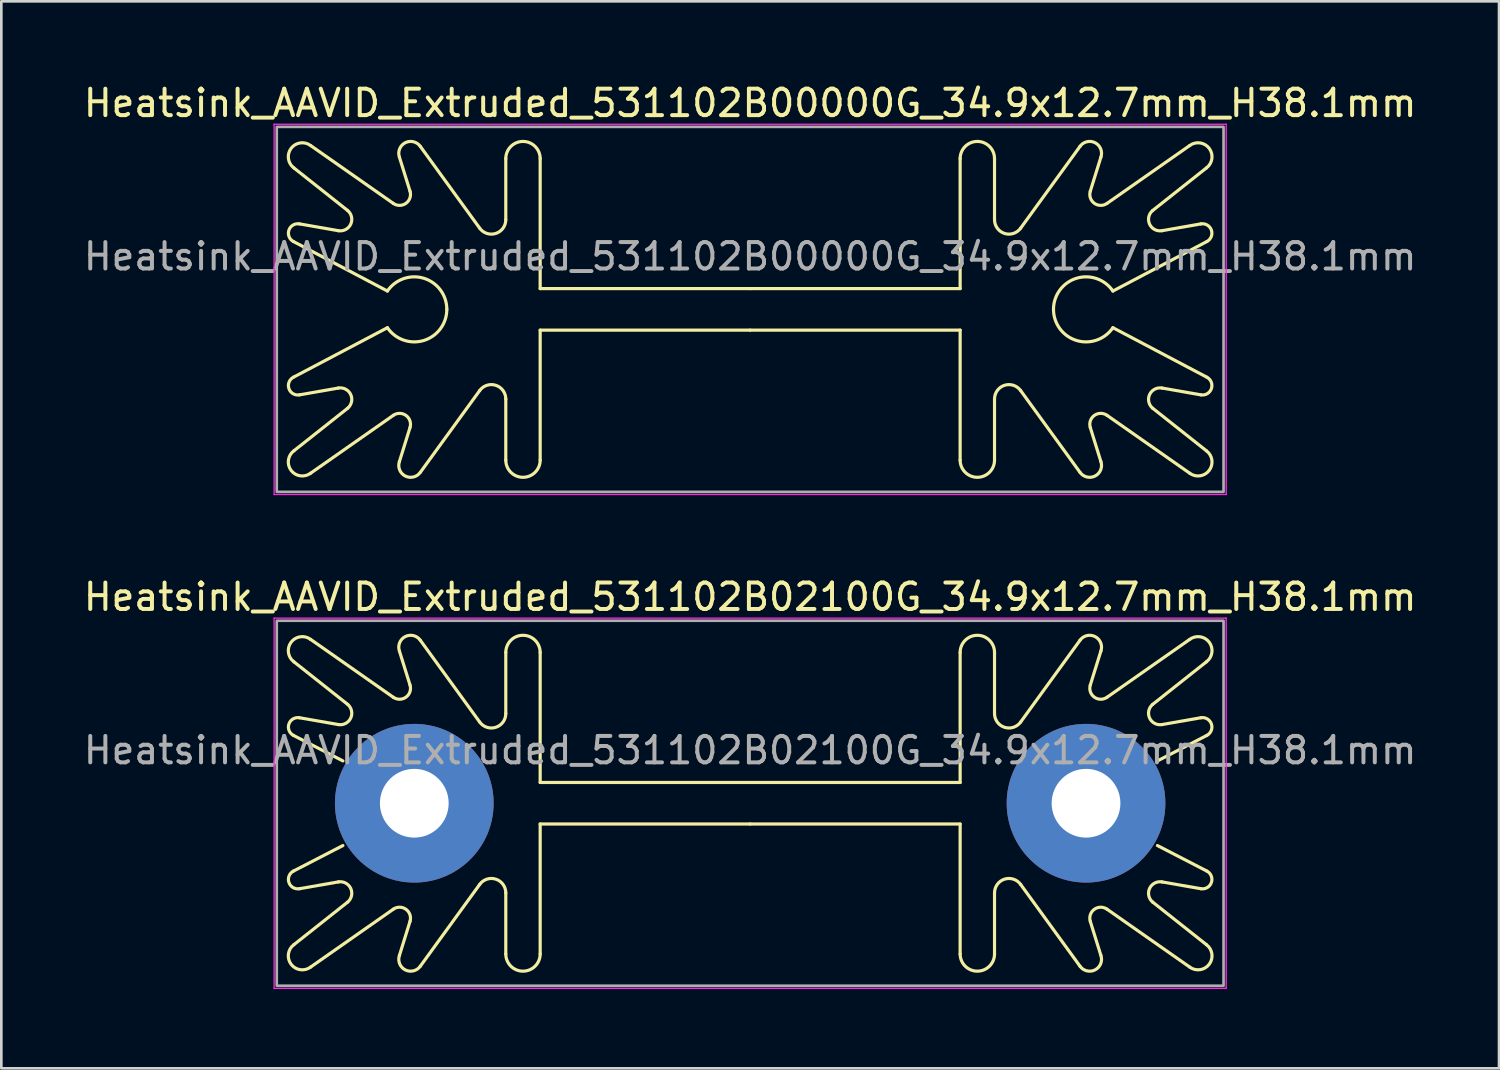
<source format=kicad_pcb>
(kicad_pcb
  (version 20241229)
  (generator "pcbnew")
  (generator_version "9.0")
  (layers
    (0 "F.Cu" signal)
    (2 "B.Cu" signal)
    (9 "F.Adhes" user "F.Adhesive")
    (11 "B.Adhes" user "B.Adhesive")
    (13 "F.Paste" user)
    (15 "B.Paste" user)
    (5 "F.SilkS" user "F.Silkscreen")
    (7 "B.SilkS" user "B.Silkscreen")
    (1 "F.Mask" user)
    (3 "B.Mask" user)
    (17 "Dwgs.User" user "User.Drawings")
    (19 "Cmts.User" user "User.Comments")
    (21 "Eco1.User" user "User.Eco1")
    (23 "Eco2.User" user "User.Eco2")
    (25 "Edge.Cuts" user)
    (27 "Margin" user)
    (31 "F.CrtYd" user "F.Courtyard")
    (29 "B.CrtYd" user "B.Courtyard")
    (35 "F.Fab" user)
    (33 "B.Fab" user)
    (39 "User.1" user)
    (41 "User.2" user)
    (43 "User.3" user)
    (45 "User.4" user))
  (footprint "Heatsink_AAVID_Extruded_531102B00000G_34.9x12.7mm_H38.1mm"
    (layer "F.Cu")
    (at 25.315 8.648)
    (property "Reference" "Heatsink_AAVID_Extruded_531102B00000G_34.9x12.7mm_H38.1mm" (at 0 -7.8 0) (layer "F.SilkS") (effects (font (size 1 1) (thickness 0.15))))
    (fp_line (start -17.251 -5.347) (end -15.22 -3.738) (stroke (width 0.12) (type default)) (layer "F.SilkS"))
    (fp_line (start -17.251 5.347) (end -15.22 3.738) (stroke (width 0.12) (type default)) (layer "F.SilkS"))
    (fp_line (start -17.041 -3.232) (end -15.573 -2.975) (stroke (width 0.12) (type default)) (layer "F.SilkS"))
    (fp_line (start -17.041 3.232) (end -15.573 2.975) (stroke (width 0.12) (type default)) (layer "F.SilkS"))
    (fp_line (start -16.62 -6.195) (end -13.494 -4.007) (stroke (width 0.12) (type default)) (layer "F.SilkS"))
    (fp_line (start -16.62 6.195) (end -13.494 4.007) (stroke (width 0.12) (type default)) (layer "F.SilkS"))
    (fp_line (start -13.716 -0.693) (end -17.269 -2.565) (stroke (width 0.12) (type default)) (layer "F.SilkS"))
    (fp_line (start -13.716 0.693) (end -17.269 2.565) (stroke (width 0.12) (type default)) (layer "F.SilkS"))
    (fp_line (start -13.262 -5.755) (end -12.861 -4.467) (stroke (width 0.12) (type default)) (layer "F.SilkS"))
    (fp_line (start -13.262 5.755) (end -12.861 4.467) (stroke (width 0.12) (type default)) (layer "F.SilkS"))
    (fp_line (start -12.474 -6.165) (end -10.227 -3.07) (stroke (width 0.12) (type default)) (layer "F.SilkS"))
    (fp_line (start -12.474 6.165) (end -10.227 3.07) (stroke (width 0.12) (type default)) (layer "F.SilkS"))
    (fp_line (start -9.24 -3.39) (end -9.24 -5.7) (stroke (width 0.12) (type default)) (layer "F.SilkS"))
    (fp_line (start -9.24 3.39) (end -9.24 5.7) (stroke (width 0.12) (type default)) (layer "F.SilkS"))
    (fp_line (start -7.94 -5.7) (end -7.94 -0.785) (stroke (width 0.12) (type default)) (layer "F.SilkS"))
    (fp_line (start -7.94 -0.785) (end 0 -0.785) (stroke (width 0.12) (type default)) (layer "F.SilkS"))
    (fp_line (start -7.94 0.785) (end 0 0.785) (stroke (width 0.12) (type default)) (layer "F.SilkS"))
    (fp_line (start -7.94 5.7) (end -7.94 0.785) (stroke (width 0.12) (type default)) (layer "F.SilkS"))
    (fp_line (start 7.94 -5.7) (end 7.94 -0.785) (stroke (width 0.12) (type default)) (layer "F.SilkS"))
    (fp_line (start 7.94 -0.785) (end 0 -0.785) (stroke (width 0.12) (type default)) (layer "F.SilkS"))
    (fp_line (start 7.94 0.785) (end 0 0.785) (stroke (width 0.12) (type default)) (layer "F.SilkS"))
    (fp_line (start 7.94 5.7) (end 7.94 0.785) (stroke (width 0.12) (type default)) (layer "F.SilkS"))
    (fp_line (start 9.24 -3.39) (end 9.24 -5.7) (stroke (width 0.12) (type default)) (layer "F.SilkS"))
    (fp_line (start 9.24 3.39) (end 9.24 5.7) (stroke (width 0.12) (type default)) (layer "F.SilkS"))
    (fp_line (start 12.474 -6.165) (end 10.227 -3.07) (stroke (width 0.12) (type default)) (layer "F.SilkS"))
    (fp_line (start 12.474 6.165) (end 10.227 3.07) (stroke (width 0.12) (type default)) (layer "F.SilkS"))
    (fp_line (start 13.262 -5.755) (end 12.861 -4.467) (stroke (width 0.12) (type default)) (layer "F.SilkS"))
    (fp_line (start 13.262 5.755) (end 12.861 4.467) (stroke (width 0.12) (type default)) (layer "F.SilkS"))
    (fp_line (start 13.716 -0.693) (end 17.269 -2.565) (stroke (width 0.12) (type default)) (layer "F.SilkS"))
    (fp_line (start 13.716 0.693) (end 17.269 2.565) (stroke (width 0.12) (type default)) (layer "F.SilkS"))
    (fp_line (start 16.62 -6.195) (end 13.494 -4.007) (stroke (width 0.12) (type default)) (layer "F.SilkS"))
    (fp_line (start 16.62 6.195) (end 13.494 4.007) (stroke (width 0.12) (type default)) (layer "F.SilkS"))
    (fp_line (start 17.041 -3.232) (end 15.573 -2.975) (stroke (width 0.12) (type default)) (layer "F.SilkS"))
    (fp_line (start 17.041 3.232) (end 15.573 2.975) (stroke (width 0.12) (type default)) (layer "F.SilkS"))
    (fp_line (start 17.251 -5.347) (end 15.22 -3.738) (stroke (width 0.12) (type default)) (layer "F.SilkS"))
    (fp_line (start 17.251 5.347) (end 15.22 3.738) (stroke (width 0.12) (type default)) (layer "F.SilkS"))
    (fp_arc (start -17.269214 -2.565036) (mid -17.440597 -2.996056) (end -17.041391 -3.232244) (stroke (width 0.12) (type default)) (layer "F.SilkS"))
    (fp_arc (start -17.251322 -5.347047) (mid -17.35513 -6.083544) (end -16.619722 -6.194806) (stroke (width 0.12) (type default)) (layer "F.SilkS"))
    (fp_arc (start -17.041391 3.232244) (mid -17.440597 2.996056) (end -17.269214 2.565036) (stroke (width 0.12) (type default)) (layer "F.SilkS"))
    (fp_arc (start -16.619722 6.194806) (mid -17.35513 6.083544) (end -17.251322 5.347047) (stroke (width 0.12) (type default)) (layer "F.SilkS"))
    (fp_arc (start -15.573285 2.975325) (mid -15.103475 3.221267) (end -15.220495 3.738486) (stroke (width 0.12) (type default)) (layer "F.SilkS"))
    (fp_arc (start -15.220495 -3.738486) (mid -15.103476 -3.221268) (end -15.573285 -2.975325) (stroke (width 0.12) (type default)) (layer "F.SilkS"))
    (fp_arc (start -13.716008 -0.693273) (mid -12.337226 -1.175286) (end -11.470001 0) (stroke (width 0.12) (type default)) (layer "F.SilkS"))
    (fp_arc (start -13.494196 4.006938) (mid -13.013649 4.011159) (end -12.86112 4.466876) (stroke (width 0.12) (type default)) (layer "F.SilkS"))
    (fp_arc (start -13.262222 -5.754806) (mid -13.044559 -6.299541) (end -12.473631 -6.164803) (stroke (width 0.12) (type default)) (layer "F.SilkS"))
    (fp_arc (start -12.86112 -4.466876) (mid -13.013649 -4.011159) (end -13.494196 -4.006938) (stroke (width 0.12) (type default)) (layer "F.SilkS"))
    (fp_arc (start -12.473631 6.164803) (mid -13.044559 6.299541) (end -13.262222 5.754806) (stroke (width 0.12) (type default)) (layer "F.SilkS"))
    (fp_arc (start -11.470001 0) (mid -12.337226 1.175286) (end -13.716008 0.693273) (stroke (width 0.12) (type default)) (layer "F.SilkS"))
    (fp_arc (start -10.227108 3.069551) (mid -9.617107 2.871094) (end -9.24 3.390015) (stroke (width 0.12) (type default)) (layer "F.SilkS"))
    (fp_arc (start -9.24 -5.700005) (mid -8.589998 -6.34999) (end -7.94 -5.7) (stroke (width 0.12) (type default)) (layer "F.SilkS"))
    (fp_arc (start -9.24 -3.390015) (mid -9.617106 -2.871091) (end -10.227108 -3.069551) (stroke (width 0.12) (type default)) (layer "F.SilkS"))
    (fp_arc (start -7.94 5.7) (mid -8.589998 6.34999) (end -9.24 5.700005) (stroke (width 0.12) (type default)) (layer "F.SilkS"))
    (fp_arc (start 7.94 -5.7) (mid 8.589997 -6.35) (end 9.24 -5.700005) (stroke (width 0.12) (type default)) (layer "F.SilkS"))
    (fp_arc (start 9.24 3.390015) (mid 9.617118 2.871065) (end 10.227108 3.069551) (stroke (width 0.12) (type default)) (layer "F.SilkS"))
    (fp_arc (start 9.24 5.700005) (mid 8.589998 6.35) (end 7.94 5.7) (stroke (width 0.12) (type default)) (layer "F.SilkS"))
    (fp_arc (start 10.227108 -3.069551) (mid 9.617136 -2.87112) (end 9.24 -3.390015) (stroke (width 0.12) (type default)) (layer "F.SilkS"))
    (fp_arc (start 11.470001 0) (mid 12.337226 -1.175284) (end 13.716008 -0.693273) (stroke (width 0.12) (type default)) (layer "F.SilkS"))
    (fp_arc (start 12.473631 -6.164803) (mid 13.044573 -6.29957) (end 13.262222 -5.754806) (stroke (width 0.12) (type default)) (layer "F.SilkS"))
    (fp_arc (start 12.86112 4.466876) (mid 13.013648 4.011156) (end 13.494196 4.006938) (stroke (width 0.12) (type default)) (layer "F.SilkS"))
    (fp_arc (start 13.262222 5.754806) (mid 13.044557 6.299538) (end 12.473631 6.164803) (stroke (width 0.12) (type default)) (layer "F.SilkS"))
    (fp_arc (start 13.494196 -4.006938) (mid 13.013654 -4.011181) (end 12.86112 -4.466876) (stroke (width 0.12) (type default)) (layer "F.SilkS"))
    (fp_arc (start 13.716008 0.693273) (mid 12.337226 1.175285) (end 11.470001 0) (stroke (width 0.12) (type default)) (layer "F.SilkS"))
    (fp_arc (start 15.220495 3.738486) (mid 15.103486 3.221284) (end 15.573285 2.975325) (stroke (width 0.12) (type default)) (layer "F.SilkS"))
    (fp_arc (start 15.573285 -2.975325) (mid 15.103462 -3.221272) (end 15.220495 -3.738486) (stroke (width 0.12) (type default)) (layer "F.SilkS"))
    (fp_arc (start 16.619722 -6.194806) (mid 17.355106 -6.08352) (end 17.251322 -5.347047) (stroke (width 0.12) (type default)) (layer "F.SilkS"))
    (fp_arc (start 17.041391 -3.232244) (mid 17.440636 -2.99603) (end 17.269214 -2.565036) (stroke (width 0.12) (type default)) (layer "F.SilkS"))
    (fp_arc (start 17.251322 5.347047) (mid 17.355097 6.083513) (end 16.619722 6.194806) (stroke (width 0.12) (type default)) (layer "F.SilkS"))
    (fp_arc (start 17.269214 2.565036) (mid 17.440597 2.996059) (end 17.041391 3.232244) (stroke (width 0.12) (type default)) (layer "F.SilkS"))
    (fp_line (start -18 -7) (end -18 7) (stroke (width 0.05) (type solid)) (layer "F.CrtYd"))
    (fp_line (start -18 -7) (end 18 -7) (stroke (width 0.05) (type solid)) (layer "F.CrtYd"))
    (fp_line (start 18 7) (end -18 7) (stroke (width 0.05) (type solid)) (layer "F.CrtYd"))
    (fp_line (start 18 7) (end 18 -7) (stroke (width 0.05) (type solid)) (layer "F.CrtYd"))
    (fp_rect (start -17.9 -6.9) (end 17.9 6.9) (stroke (width 0.1) (type default)) (fill no) (layer "F.Fab"))
    (fp_text user "${REFERENCE}" (at 0 -2 0) (layer "F.Fab") (effects (font (size 1 1) (thickness 0.15)))))
  (footprint "Heatsink_AAVID_Extruded_531102B02100G_34.9x12.7mm_H38.1mm"
    (layer "F.Cu")
    (at 25.315 27.322)
    (property "Reference" "Heatsink_AAVID_Extruded_531102B02100G_34.9x12.7mm_H38.1mm" (at 0 -7.8 0) (layer "F.SilkS") (effects (font (size 1 1) (thickness 0.15))))
    (attr through_hole)
    (fp_line (start -17.251 -5.347) (end -15.22 -3.738) (stroke (width 0.12) (type default)) (layer "F.SilkS"))
    (fp_line (start -17.251 5.347) (end -15.22 3.738) (stroke (width 0.12) (type default)) (layer "F.SilkS"))
    (fp_line (start -17.041 -3.232) (end -15.573 -2.975) (stroke (width 0.12) (type default)) (layer "F.SilkS"))
    (fp_line (start -17.041 3.232) (end -15.573 2.975) (stroke (width 0.12) (type default)) (layer "F.SilkS"))
    (fp_line (start -16.62 -6.195) (end -13.494 -4.007) (stroke (width 0.12) (type default)) (layer "F.SilkS"))
    (fp_line (start -16.62 6.195) (end -13.494 4.007) (stroke (width 0.12) (type default)) (layer "F.SilkS"))
    (fp_line (start -15.4 -1.6) (end -17.269 -2.565) (stroke (width 0.12) (type default)) (layer "F.SilkS"))
    (fp_line (start -15.4 1.6) (end -17.269 2.565) (stroke (width 0.12) (type default)) (layer "F.SilkS"))
    (fp_line (start -13.262 -5.755) (end -12.861 -4.467) (stroke (width 0.12) (type default)) (layer "F.SilkS"))
    (fp_line (start -13.262 5.755) (end -12.861 4.467) (stroke (width 0.12) (type default)) (layer "F.SilkS"))
    (fp_line (start -12.474 -6.165) (end -10.227 -3.07) (stroke (width 0.12) (type default)) (layer "F.SilkS"))
    (fp_line (start -12.474 6.165) (end -10.227 3.07) (stroke (width 0.12) (type default)) (layer "F.SilkS"))
    (fp_line (start -9.24 -3.39) (end -9.24 -5.7) (stroke (width 0.12) (type default)) (layer "F.SilkS"))
    (fp_line (start -9.24 3.39) (end -9.24 5.7) (stroke (width 0.12) (type default)) (layer "F.SilkS"))
    (fp_line (start -7.94 -5.7) (end -7.94 -0.785) (stroke (width 0.12) (type default)) (layer "F.SilkS"))
    (fp_line (start -7.94 -0.785) (end 0 -0.785) (stroke (width 0.12) (type default)) (layer "F.SilkS"))
    (fp_line (start -7.94 0.785) (end 0 0.785) (stroke (width 0.12) (type default)) (layer "F.SilkS"))
    (fp_line (start -7.94 5.7) (end -7.94 0.785) (stroke (width 0.12) (type default)) (layer "F.SilkS"))
    (fp_line (start 7.94 -5.7) (end 7.94 -0.785) (stroke (width 0.12) (type default)) (layer "F.SilkS"))
    (fp_line (start 7.94 -0.785) (end 0 -0.785) (stroke (width 0.12) (type default)) (layer "F.SilkS"))
    (fp_line (start 7.94 0.785) (end 0 0.785) (stroke (width 0.12) (type default)) (layer "F.SilkS"))
    (fp_line (start 7.94 5.7) (end 7.94 0.785) (stroke (width 0.12) (type default)) (layer "F.SilkS"))
    (fp_line (start 9.24 -3.39) (end 9.24 -5.7) (stroke (width 0.12) (type default)) (layer "F.SilkS"))
    (fp_line (start 9.24 3.39) (end 9.24 5.7) (stroke (width 0.12) (type default)) (layer "F.SilkS"))
    (fp_line (start 12.474 -6.165) (end 10.227 -3.07) (stroke (width 0.12) (type default)) (layer "F.SilkS"))
    (fp_line (start 12.474 6.165) (end 10.227 3.07) (stroke (width 0.12) (type default)) (layer "F.SilkS"))
    (fp_line (start 13.262 -5.755) (end 12.861 -4.467) (stroke (width 0.12) (type default)) (layer "F.SilkS"))
    (fp_line (start 13.262 5.755) (end 12.861 4.467) (stroke (width 0.12) (type default)) (layer "F.SilkS"))
    (fp_line (start 15.4 -1.6) (end 17.269 -2.565) (stroke (width 0.12) (type default)) (layer "F.SilkS"))
    (fp_line (start 15.4 1.6) (end 17.269 2.565) (stroke (width 0.12) (type default)) (layer "F.SilkS"))
    (fp_line (start 16.62 -6.195) (end 13.494 -4.007) (stroke (width 0.12) (type default)) (layer "F.SilkS"))
    (fp_line (start 16.62 6.195) (end 13.494 4.007) (stroke (width 0.12) (type default)) (layer "F.SilkS"))
    (fp_line (start 17.041 -3.232) (end 15.573 -2.975) (stroke (width 0.12) (type default)) (layer "F.SilkS"))
    (fp_line (start 17.041 3.232) (end 15.573 2.975) (stroke (width 0.12) (type default)) (layer "F.SilkS"))
    (fp_line (start 17.251 -5.347) (end 15.22 -3.738) (stroke (width 0.12) (type default)) (layer "F.SilkS"))
    (fp_line (start 17.251 5.347) (end 15.22 3.738) (stroke (width 0.12) (type default)) (layer "F.SilkS"))
    (fp_arc (start -17.269214 -2.565036) (mid -17.440597 -2.996056) (end -17.041391 -3.232244) (stroke (width 0.12) (type default)) (layer "F.SilkS"))
    (fp_arc (start -17.251322 -5.347047) (mid -17.35513 -6.083544) (end -16.619722 -6.194806) (stroke (width 0.12) (type default)) (layer "F.SilkS"))
    (fp_arc (start -17.041391 3.232244) (mid -17.440597 2.996056) (end -17.269214 2.565036) (stroke (width 0.12) (type default)) (layer "F.SilkS"))
    (fp_arc (start -16.619722 6.194806) (mid -17.35513 6.083544) (end -17.251322 5.347047) (stroke (width 0.12) (type default)) (layer "F.SilkS"))
    (fp_arc (start -15.573285 2.975325) (mid -15.103475 3.221267) (end -15.220495 3.738486) (stroke (width 0.12) (type default)) (layer "F.SilkS"))
    (fp_arc (start -15.220495 -3.738486) (mid -15.103476 -3.221268) (end -15.573285 -2.975325) (stroke (width 0.12) (type default)) (layer "F.SilkS"))
    (fp_arc (start -13.494196 4.006938) (mid -13.013649 4.011159) (end -12.86112 4.466876) (stroke (width 0.12) (type default)) (layer "F.SilkS"))
    (fp_arc (start -13.262222 -5.754806) (mid -13.044559 -6.299541) (end -12.473631 -6.164803) (stroke (width 0.12) (type default)) (layer "F.SilkS"))
    (fp_arc (start -12.86112 -4.466876) (mid -13.013649 -4.011159) (end -13.494196 -4.006938) (stroke (width 0.12) (type default)) (layer "F.SilkS"))
    (fp_arc (start -12.473631 6.164803) (mid -13.044559 6.299541) (end -13.262222 5.754806) (stroke (width 0.12) (type default)) (layer "F.SilkS"))
    (fp_arc (start -10.227108 3.069551) (mid -9.617107 2.871094) (end -9.24 3.390015) (stroke (width 0.12) (type default)) (layer "F.SilkS"))
    (fp_arc (start -9.24 -5.700005) (mid -8.589998 -6.34999) (end -7.94 -5.7) (stroke (width 0.12) (type default)) (layer "F.SilkS"))
    (fp_arc (start -9.24 -3.390015) (mid -9.617106 -2.871091) (end -10.227108 -3.069551) (stroke (width 0.12) (type default)) (layer "F.SilkS"))
    (fp_arc (start -7.94 5.7) (mid -8.589998 6.34999) (end -9.24 5.700005) (stroke (width 0.12) (type default)) (layer "F.SilkS"))
    (fp_arc (start 7.94 -5.7) (mid 8.589997 -6.35) (end 9.24 -5.700005) (stroke (width 0.12) (type default)) (layer "F.SilkS"))
    (fp_arc (start 9.24 3.390015) (mid 9.617118 2.871065) (end 10.227108 3.069551) (stroke (width 0.12) (type default)) (layer "F.SilkS"))
    (fp_arc (start 9.24 5.700005) (mid 8.589998 6.35) (end 7.94 5.7) (stroke (width 0.12) (type default)) (layer "F.SilkS"))
    (fp_arc (start 10.227108 -3.069551) (mid 9.617136 -2.87112) (end 9.24 -3.390015) (stroke (width 0.12) (type default)) (layer "F.SilkS"))
    (fp_arc (start 12.473631 -6.164803) (mid 13.044573 -6.29957) (end 13.262222 -5.754806) (stroke (width 0.12) (type default)) (layer "F.SilkS"))
    (fp_arc (start 12.86112 4.466876) (mid 13.013648 4.011156) (end 13.494196 4.006938) (stroke (width 0.12) (type default)) (layer "F.SilkS"))
    (fp_arc (start 13.262222 5.754806) (mid 13.044557 6.299538) (end 12.473631 6.164803) (stroke (width 0.12) (type default)) (layer "F.SilkS"))
    (fp_arc (start 13.494196 -4.006938) (mid 13.013654 -4.011181) (end 12.86112 -4.466876) (stroke (width 0.12) (type default)) (layer "F.SilkS"))
    (fp_arc (start 15.220495 3.738486) (mid 15.103486 3.221284) (end 15.573285 2.975325) (stroke (width 0.12) (type default)) (layer "F.SilkS"))
    (fp_arc (start 15.573285 -2.975325) (mid 15.103462 -3.221272) (end 15.220495 -3.738486) (stroke (width 0.12) (type default)) (layer "F.SilkS"))
    (fp_arc (start 16.619722 -6.194806) (mid 17.355106 -6.08352) (end 17.251322 -5.347047) (stroke (width 0.12) (type default)) (layer "F.SilkS"))
    (fp_arc (start 17.041391 -3.232244) (mid 17.440636 -2.99603) (end 17.269214 -2.565036) (stroke (width 0.12) (type default)) (layer "F.SilkS"))
    (fp_arc (start 17.251322 5.347047) (mid 17.355097 6.083513) (end 16.619722 6.194806) (stroke (width 0.12) (type default)) (layer "F.SilkS"))
    (fp_arc (start 17.269214 2.565036) (mid 17.440597 2.996059) (end 17.041391 3.232244) (stroke (width 0.12) (type default)) (layer "F.SilkS"))
    (fp_line (start -18 -7) (end -18 7) (stroke (width 0.05) (type solid)) (layer "F.CrtYd"))
    (fp_line (start -18 -7) (end 18 -7) (stroke (width 0.05) (type solid)) (layer "F.CrtYd"))
    (fp_line (start 18 7) (end -18 7) (stroke (width 0.05) (type solid)) (layer "F.CrtYd"))
    (fp_line (start 18 7) (end 18 -7) (stroke (width 0.05) (type solid)) (layer "F.CrtYd"))
    (fp_rect (start -17.9 -6.9) (end 17.9 6.9) (stroke (width 0.1) (type default)) (fill no) (layer "F.Fab"))
    (fp_text user "${REFERENCE}" (at 0 -2 0) (layer "F.Fab") (effects (font (size 1 1) (thickness 0.15))))
    (pad "1" thru_hole circle (at -12.7 0) (size 6 6) (drill 2.6) (layers "*.Cu" "*.Mask"))
    (pad "1" thru_hole circle (at 12.7 0) (size 6 6) (drill 2.6) (layers "*.Cu" "*.Mask")))
  (gr_rect
    (start -3 -3)
    (end 53.631 37.346)
    (stroke (width 0.1) (type default))
    (fill no)
    (layer "Edge.Cuts")))
</source>
